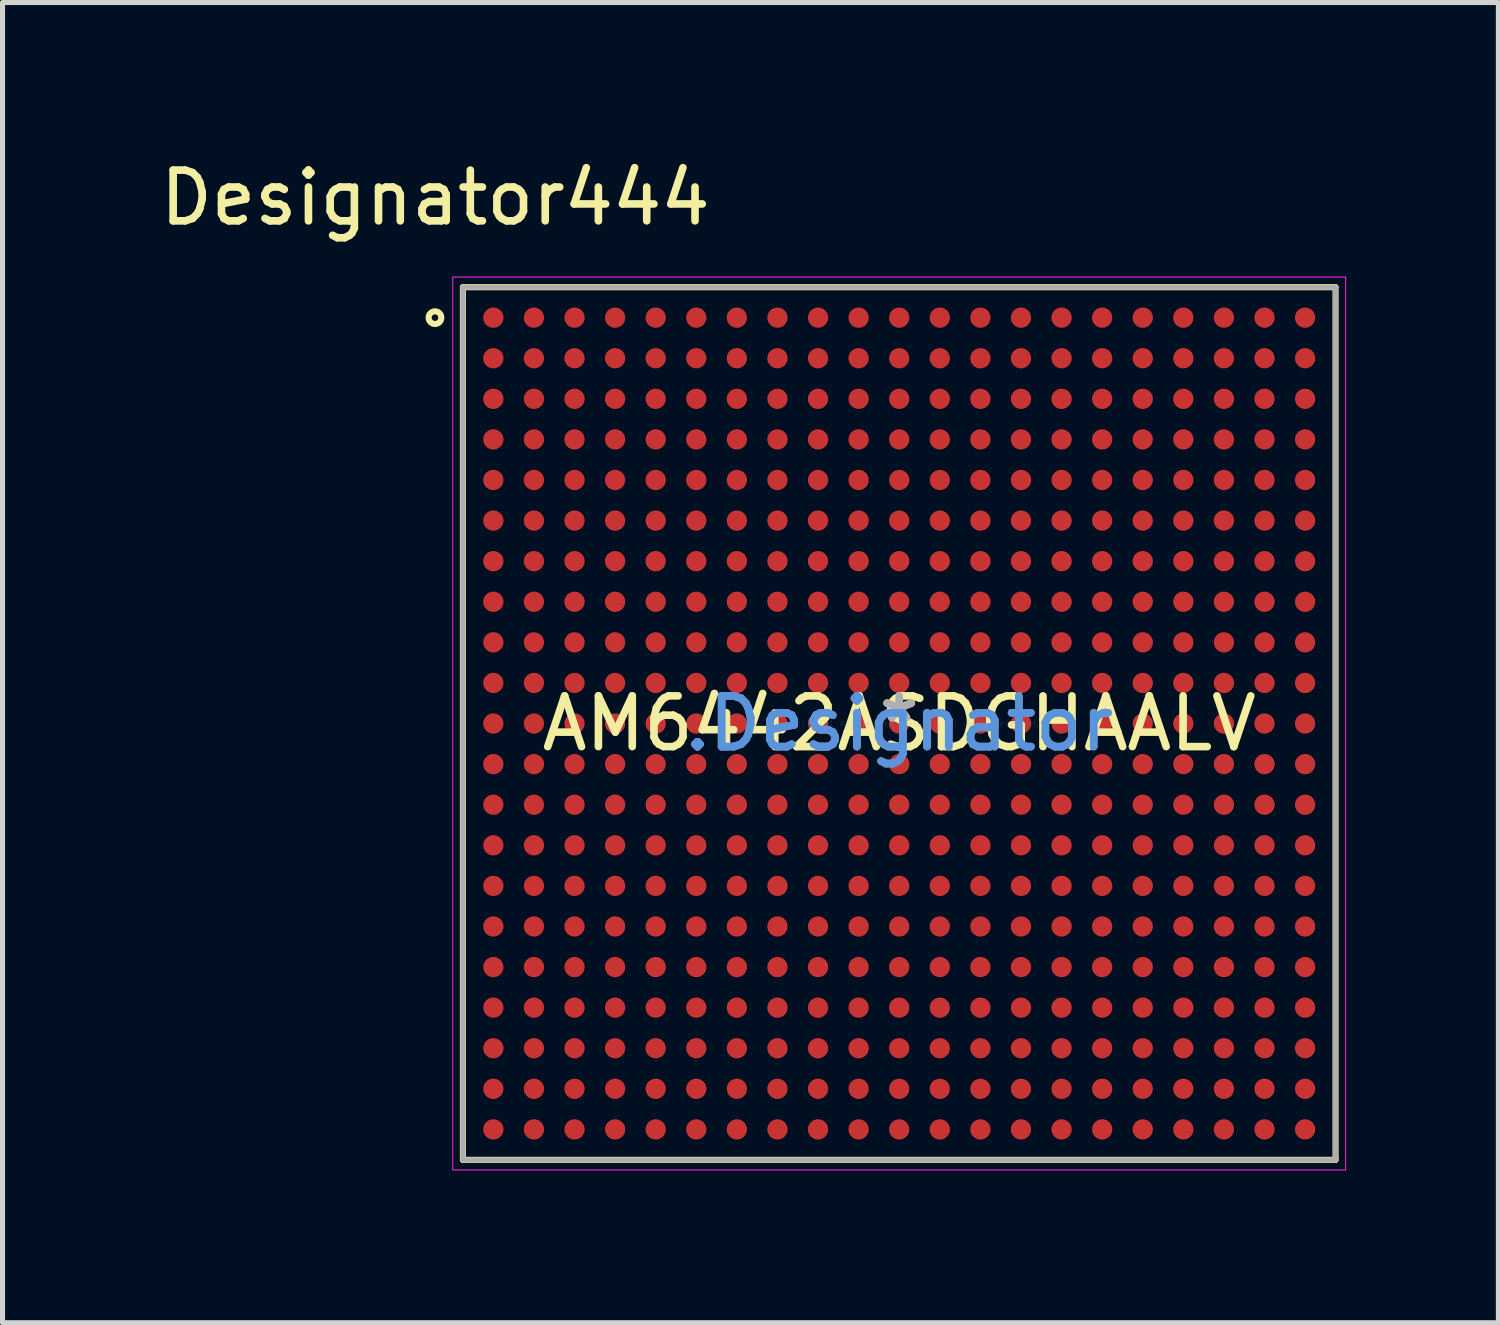
<source format=kicad_pcb>
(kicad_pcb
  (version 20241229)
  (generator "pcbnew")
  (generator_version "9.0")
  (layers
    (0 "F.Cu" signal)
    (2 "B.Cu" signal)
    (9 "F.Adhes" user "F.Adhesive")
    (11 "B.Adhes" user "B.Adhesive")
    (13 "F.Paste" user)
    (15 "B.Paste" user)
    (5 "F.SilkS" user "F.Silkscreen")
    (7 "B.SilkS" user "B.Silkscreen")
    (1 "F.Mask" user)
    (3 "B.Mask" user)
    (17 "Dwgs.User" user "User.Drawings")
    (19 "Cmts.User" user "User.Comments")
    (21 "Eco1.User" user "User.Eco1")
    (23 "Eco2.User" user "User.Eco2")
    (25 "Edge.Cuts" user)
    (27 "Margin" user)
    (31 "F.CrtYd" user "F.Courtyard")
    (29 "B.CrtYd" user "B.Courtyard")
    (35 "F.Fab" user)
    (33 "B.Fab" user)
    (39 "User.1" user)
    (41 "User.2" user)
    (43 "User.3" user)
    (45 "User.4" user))
  (footprint "AM6442ASDGHAALV"
    (layer "F.Cu")
    (at 14.674 11.211)
    (property "Reference" "AM6442ASDGHAALV" (at 0 0 0) (layer "F.SilkS") (effects (font (size 1 1) (thickness 0.15))))
    (attr smd)
    (fp_line (start -8.6 -8.6) (end 8.6 -8.6) (stroke (width 0.12) (type solid)) (layer "F.SilkS"))
    (fp_line (start -8.6 8.6) (end -8.6 -8.6) (stroke (width 0.12) (type solid)) (layer "F.SilkS"))
    (fp_line (start -8.6 8.6) (end 8.6 8.6) (stroke (width 0.12) (type solid)) (layer "F.SilkS"))
    (fp_line (start 8.6 8.6) (end 8.6 -8.6) (stroke (width 0.12) (type solid)) (layer "F.SilkS"))
    (fp_circle (center -9.15 -8) (end -9.025 -8) (stroke (width 0.12) (type solid)) (fill no) (layer "F.SilkS"))
    (fp_rect (start -8.8 -8.8) (end 8.8 8.8) (stroke (width 0.02) (type default)) (fill no) (layer "F.CrtYd"))
    (fp_line (start -8.6 -8.6) (end 8.6 -8.6) (stroke (width 0.1) (type solid)) (layer "F.Fab"))
    (fp_line (start -8.6 8.6) (end -8.6 -8.6) (stroke (width 0.1) (type solid)) (layer "F.Fab"))
    (fp_line (start -8.6 8.6) (end 8.6 8.6) (stroke (width 0.1) (type solid)) (layer "F.Fab"))
    (fp_line (start 8.6 8.6) (end 8.6 -8.6) (stroke (width 0.1) (type solid)) (layer "F.Fab"))
    (fp_text user "Designator444" (at -9.144 -10.363 0) (layer "F.SilkS") (effects (font (size 1 1) (thickness 0.15))))
    (fp_text user "*" (at 0 0 0) (layer "F.SilkS") (effects (font (size 1 1) (thickness 0.15))))
    (fp_text user ".Designator" (at 0 0 0) (layer "Cmts.User") (effects (font (size 1 1) (thickness 0.15))))
    (fp_text user "Copyright 2021 Accelerated Designs. All rights reserved." (at 0 0 0) (layer "Cmts.User") (effects (font (size 0.127 0.127) (thickness 0.002))))
    (fp_text user "*" (at 0 0 0) (layer "F.Fab") (effects (font (size 1 1) (thickness 0.15))))
    (fp_text user ".Designator" (at 0 0 0) (layer "F.Fab") (effects (font (size 1 1) (thickness 0.15))))
    (pad "A1" smd circle (at -8 -8) (size 0.4 0.4) (layers "F.Cu" "F.Mask" "F.Paste"))
    (pad "A2" smd circle (at -7.2 -8) (size 0.4 0.4) (layers "F.Cu" "F.Mask" "F.Paste"))
    (pad "A3" smd circle (at -6.4 -8) (size 0.4 0.4) (layers "F.Cu" "F.Mask" "F.Paste"))
    (pad "A4" smd circle (at -5.6 -8) (size 0.4 0.4) (layers "F.Cu" "F.Mask" "F.Paste"))
    (pad "A5" smd circle (at -4.8 -8) (size 0.4 0.4) (layers "F.Cu" "F.Mask" "F.Paste"))
    (pad "A6" smd circle (at -4 -8) (size 0.4 0.4) (layers "F.Cu" "F.Mask" "F.Paste"))
    (pad "A7" smd circle (at -3.2 -8) (size 0.4 0.4) (layers "F.Cu" "F.Mask" "F.Paste"))
    (pad "A8" smd circle (at -2.4 -8) (size 0.4 0.4) (layers "F.Cu" "F.Mask" "F.Paste"))
    (pad "A9" smd circle (at -1.6 -8) (size 0.4 0.4) (layers "F.Cu" "F.Mask" "F.Paste"))
    (pad "A10" smd circle (at -0.8 -8) (size 0.4 0.4) (layers "F.Cu" "F.Mask" "F.Paste"))
    (pad "A11" smd circle (at 0 -8) (size 0.4 0.4) (layers "F.Cu" "F.Mask" "F.Paste"))
    (pad "A12" smd circle (at 0.8 -8) (size 0.4 0.4) (layers "F.Cu" "F.Mask" "F.Paste"))
    (pad "A13" smd circle (at 1.6 -8) (size 0.4 0.4) (layers "F.Cu" "F.Mask" "F.Paste"))
    (pad "A14" smd circle (at 2.4 -8) (size 0.4 0.4) (layers "F.Cu" "F.Mask" "F.Paste"))
    (pad "A15" smd circle (at 3.2 -8) (size 0.4 0.4) (layers "F.Cu" "F.Mask" "F.Paste"))
    (pad "A16" smd circle (at 4 -8) (size 0.4 0.4) (layers "F.Cu" "F.Mask" "F.Paste"))
    (pad "A17" smd circle (at 4.8 -8) (size 0.4 0.4) (layers "F.Cu" "F.Mask" "F.Paste"))
    (pad "A18" smd circle (at 5.6 -8) (size 0.4 0.4) (layers "F.Cu" "F.Mask" "F.Paste"))
    (pad "A19" smd circle (at 6.4 -8) (size 0.4 0.4) (layers "F.Cu" "F.Mask" "F.Paste"))
    (pad "A20" smd circle (at 7.2 -8) (size 0.4 0.4) (layers "F.Cu" "F.Mask" "F.Paste"))
    (pad "A21" smd circle (at 8 -8) (size 0.4 0.4) (layers "F.Cu" "F.Mask" "F.Paste"))
    (pad "AA1" smd circle (at -8 8) (size 0.4 0.4) (layers "F.Cu" "F.Mask" "F.Paste"))
    (pad "AA2" smd circle (at -7.2 8) (size 0.4 0.4) (layers "F.Cu" "F.Mask" "F.Paste"))
    (pad "AA3" smd circle (at -6.4 8) (size 0.4 0.4) (layers "F.Cu" "F.Mask" "F.Paste"))
    (pad "AA4" smd circle (at -5.6 8) (size 0.4 0.4) (layers "F.Cu" "F.Mask" "F.Paste"))
    (pad "AA5" smd circle (at -4.8 8) (size 0.4 0.4) (layers "F.Cu" "F.Mask" "F.Paste"))
    (pad "AA6" smd circle (at -4 8) (size 0.4 0.4) (layers "F.Cu" "F.Mask" "F.Paste"))
    (pad "AA7" smd circle (at -3.2 8) (size 0.4 0.4) (layers "F.Cu" "F.Mask" "F.Paste"))
    (pad "AA8" smd circle (at -2.4 8) (size 0.4 0.4) (layers "F.Cu" "F.Mask" "F.Paste"))
    (pad "AA9" smd circle (at -1.6 8) (size 0.4 0.4) (layers "F.Cu" "F.Mask" "F.Paste"))
    (pad "AA10" smd circle (at -0.8 8) (size 0.4 0.4) (layers "F.Cu" "F.Mask" "F.Paste"))
    (pad "AA11" smd circle (at 0 8) (size 0.4 0.4) (layers "F.Cu" "F.Mask" "F.Paste"))
    (pad "AA12" smd circle (at 0.8 8) (size 0.4 0.4) (layers "F.Cu" "F.Mask" "F.Paste"))
    (pad "AA13" smd circle (at 1.6 8) (size 0.4 0.4) (layers "F.Cu" "F.Mask" "F.Paste"))
    (pad "AA14" smd circle (at 2.4 8) (size 0.4 0.4) (layers "F.Cu" "F.Mask" "F.Paste"))
    (pad "AA15" smd circle (at 3.2 8) (size 0.4 0.4) (layers "F.Cu" "F.Mask" "F.Paste"))
    (pad "AA16" smd circle (at 4 8) (size 0.4 0.4) (layers "F.Cu" "F.Mask" "F.Paste"))
    (pad "AA17" smd circle (at 4.8 8) (size 0.4 0.4) (layers "F.Cu" "F.Mask" "F.Paste"))
    (pad "AA18" smd circle (at 5.6 8) (size 0.4 0.4) (layers "F.Cu" "F.Mask" "F.Paste"))
    (pad "AA19" smd circle (at 6.4 8) (size 0.4 0.4) (layers "F.Cu" "F.Mask" "F.Paste"))
    (pad "AA20" smd circle (at 7.2 8) (size 0.4 0.4) (layers "F.Cu" "F.Mask" "F.Paste"))
    (pad "AA21" smd circle (at 8 8) (size 0.4 0.4) (layers "F.Cu" "F.Mask" "F.Paste"))
    (pad "B1" smd circle (at -8 -7.2) (size 0.4 0.4) (layers "F.Cu" "F.Mask" "F.Paste"))
    (pad "B2" smd circle (at -7.2 -7.2) (size 0.4 0.4) (layers "F.Cu" "F.Mask" "F.Paste"))
    (pad "B3" smd circle (at -6.4 -7.2) (size 0.4 0.4) (layers "F.Cu" "F.Mask" "F.Paste"))
    (pad "B4" smd circle (at -5.6 -7.2) (size 0.4 0.4) (layers "F.Cu" "F.Mask" "F.Paste"))
    (pad "B5" smd circle (at -4.8 -7.2) (size 0.4 0.4) (layers "F.Cu" "F.Mask" "F.Paste"))
    (pad "B6" smd circle (at -4 -7.2) (size 0.4 0.4) (layers "F.Cu" "F.Mask" "F.Paste"))
    (pad "B7" smd circle (at -3.2 -7.2) (size 0.4 0.4) (layers "F.Cu" "F.Mask" "F.Paste"))
    (pad "B8" smd circle (at -2.4 -7.2) (size 0.4 0.4) (layers "F.Cu" "F.Mask" "F.Paste"))
    (pad "B9" smd circle (at -1.6 -7.2) (size 0.4 0.4) (layers "F.Cu" "F.Mask" "F.Paste"))
    (pad "B10" smd circle (at -0.8 -7.2) (size 0.4 0.4) (layers "F.Cu" "F.Mask" "F.Paste"))
    (pad "B11" smd circle (at 0 -7.2) (size 0.4 0.4) (layers "F.Cu" "F.Mask" "F.Paste"))
    (pad "B12" smd circle (at 0.8 -7.2) (size 0.4 0.4) (layers "F.Cu" "F.Mask" "F.Paste"))
    (pad "B13" smd circle (at 1.6 -7.2) (size 0.4 0.4) (layers "F.Cu" "F.Mask" "F.Paste"))
    (pad "B14" smd circle (at 2.4 -7.2) (size 0.4 0.4) (layers "F.Cu" "F.Mask" "F.Paste"))
    (pad "B15" smd circle (at 3.2 -7.2) (size 0.4 0.4) (layers "F.Cu" "F.Mask" "F.Paste"))
    (pad "B16" smd circle (at 4 -7.2) (size 0.4 0.4) (layers "F.Cu" "F.Mask" "F.Paste"))
    (pad "B17" smd circle (at 4.8 -7.2) (size 0.4 0.4) (layers "F.Cu" "F.Mask" "F.Paste"))
    (pad "B18" smd circle (at 5.6 -7.2) (size 0.4 0.4) (layers "F.Cu" "F.Mask" "F.Paste"))
    (pad "B19" smd circle (at 6.4 -7.2) (size 0.4 0.4) (layers "F.Cu" "F.Mask" "F.Paste"))
    (pad "B20" smd circle (at 7.2 -7.2) (size 0.4 0.4) (layers "F.Cu" "F.Mask" "F.Paste"))
    (pad "B21" smd circle (at 8 -7.2) (size 0.4 0.4) (layers "F.Cu" "F.Mask" "F.Paste"))
    (pad "C1" smd circle (at -8 -6.4) (size 0.4 0.4) (layers "F.Cu" "F.Mask" "F.Paste"))
    (pad "C2" smd circle (at -7.2 -6.4) (size 0.4 0.4) (layers "F.Cu" "F.Mask" "F.Paste"))
    (pad "C3" smd circle (at -6.4 -6.4) (size 0.4 0.4) (layers "F.Cu" "F.Mask" "F.Paste"))
    (pad "C4" smd circle (at -5.6 -6.4) (size 0.4 0.4) (layers "F.Cu" "F.Mask" "F.Paste"))
    (pad "C5" smd circle (at -4.8 -6.4) (size 0.4 0.4) (layers "F.Cu" "F.Mask" "F.Paste"))
    (pad "C6" smd circle (at -4 -6.4) (size 0.4 0.4) (layers "F.Cu" "F.Mask" "F.Paste"))
    (pad "C7" smd circle (at -3.2 -6.4) (size 0.4 0.4) (layers "F.Cu" "F.Mask" "F.Paste"))
    (pad "C8" smd circle (at -2.4 -6.4) (size 0.4 0.4) (layers "F.Cu" "F.Mask" "F.Paste"))
    (pad "C9" smd circle (at -1.6 -6.4) (size 0.4 0.4) (layers "F.Cu" "F.Mask" "F.Paste"))
    (pad "C10" smd circle (at -0.8 -6.4) (size 0.4 0.4) (layers "F.Cu" "F.Mask" "F.Paste"))
    (pad "C11" smd circle (at 0 -6.4) (size 0.4 0.4) (layers "F.Cu" "F.Mask" "F.Paste"))
    (pad "C12" smd circle (at 0.8 -6.4) (size 0.4 0.4) (layers "F.Cu" "F.Mask" "F.Paste"))
    (pad "C13" smd circle (at 1.6 -6.4) (size 0.4 0.4) (layers "F.Cu" "F.Mask" "F.Paste"))
    (pad "C14" smd circle (at 2.4 -6.4) (size 0.4 0.4) (layers "F.Cu" "F.Mask" "F.Paste"))
    (pad "C15" smd circle (at 3.2 -6.4) (size 0.4 0.4) (layers "F.Cu" "F.Mask" "F.Paste"))
    (pad "C16" smd circle (at 4 -6.4) (size 0.4 0.4) (layers "F.Cu" "F.Mask" "F.Paste"))
    (pad "C17" smd circle (at 4.8 -6.4) (size 0.4 0.4) (layers "F.Cu" "F.Mask" "F.Paste"))
    (pad "C18" smd circle (at 5.6 -6.4) (size 0.4 0.4) (layers "F.Cu" "F.Mask" "F.Paste"))
    (pad "C19" smd circle (at 6.4 -6.4) (size 0.4 0.4) (layers "F.Cu" "F.Mask" "F.Paste"))
    (pad "C20" smd circle (at 7.2 -6.4) (size 0.4 0.4) (layers "F.Cu" "F.Mask" "F.Paste"))
    (pad "C21" smd circle (at 8 -6.4) (size 0.4 0.4) (layers "F.Cu" "F.Mask" "F.Paste"))
    (pad "D1" smd circle (at -8 -5.6) (size 0.4 0.4) (layers "F.Cu" "F.Mask" "F.Paste"))
    (pad "D2" smd circle (at -7.2 -5.6) (size 0.4 0.4) (layers "F.Cu" "F.Mask" "F.Paste"))
    (pad "D3" smd circle (at -6.4 -5.6) (size 0.4 0.4) (layers "F.Cu" "F.Mask" "F.Paste"))
    (pad "D4" smd circle (at -5.6 -5.6) (size 0.4 0.4) (layers "F.Cu" "F.Mask" "F.Paste"))
    (pad "D5" smd circle (at -4.8 -5.6) (size 0.4 0.4) (layers "F.Cu" "F.Mask" "F.Paste"))
    (pad "D6" smd circle (at -4 -5.6) (size 0.4 0.4) (layers "F.Cu" "F.Mask" "F.Paste"))
    (pad "D7" smd circle (at -3.2 -5.6) (size 0.4 0.4) (layers "F.Cu" "F.Mask" "F.Paste"))
    (pad "D8" smd circle (at -2.4 -5.6) (size 0.4 0.4) (layers "F.Cu" "F.Mask" "F.Paste"))
    (pad "D9" smd circle (at -1.6 -5.6) (size 0.4 0.4) (layers "F.Cu" "F.Mask" "F.Paste"))
    (pad "D10" smd circle (at -0.8 -5.6) (size 0.4 0.4) (layers "F.Cu" "F.Mask" "F.Paste"))
    (pad "D11" smd circle (at 0 -5.6) (size 0.4 0.4) (layers "F.Cu" "F.Mask" "F.Paste"))
    (pad "D12" smd circle (at 0.8 -5.6) (size 0.4 0.4) (layers "F.Cu" "F.Mask" "F.Paste"))
    (pad "D13" smd circle (at 1.6 -5.6) (size 0.4 0.4) (layers "F.Cu" "F.Mask" "F.Paste"))
    (pad "D14" smd circle (at 2.4 -5.6) (size 0.4 0.4) (layers "F.Cu" "F.Mask" "F.Paste"))
    (pad "D15" smd circle (at 3.2 -5.6) (size 0.4 0.4) (layers "F.Cu" "F.Mask" "F.Paste"))
    (pad "D16" smd circle (at 4 -5.6) (size 0.4 0.4) (layers "F.Cu" "F.Mask" "F.Paste"))
    (pad "D17" smd circle (at 4.8 -5.6) (size 0.4 0.4) (layers "F.Cu" "F.Mask" "F.Paste"))
    (pad "D18" smd circle (at 5.6 -5.6) (size 0.4 0.4) (layers "F.Cu" "F.Mask" "F.Paste"))
    (pad "D19" smd circle (at 6.4 -5.6) (size 0.4 0.4) (layers "F.Cu" "F.Mask" "F.Paste"))
    (pad "D20" smd circle (at 7.2 -5.6) (size 0.4 0.4) (layers "F.Cu" "F.Mask" "F.Paste"))
    (pad "D21" smd circle (at 8 -5.6) (size 0.4 0.4) (layers "F.Cu" "F.Mask" "F.Paste"))
    (pad "E1" smd circle (at -8 -4.8) (size 0.4 0.4) (layers "F.Cu" "F.Mask" "F.Paste"))
    (pad "E2" smd circle (at -7.2 -4.8) (size 0.4 0.4) (layers "F.Cu" "F.Mask" "F.Paste"))
    (pad "E3" smd circle (at -6.4 -4.8) (size 0.4 0.4) (layers "F.Cu" "F.Mask" "F.Paste"))
    (pad "E4" smd circle (at -5.6 -4.8) (size 0.4 0.4) (layers "F.Cu" "F.Mask" "F.Paste"))
    (pad "E5" smd circle (at -4.8 -4.8) (size 0.4 0.4) (layers "F.Cu" "F.Mask" "F.Paste"))
    (pad "E6" smd circle (at -4 -4.8) (size 0.4 0.4) (layers "F.Cu" "F.Mask" "F.Paste"))
    (pad "E7" smd circle (at -3.2 -4.8) (size 0.4 0.4) (layers "F.Cu" "F.Mask" "F.Paste"))
    (pad "E8" smd circle (at -2.4 -4.8) (size 0.4 0.4) (layers "F.Cu" "F.Mask" "F.Paste"))
    (pad "E9" smd circle (at -1.6 -4.8) (size 0.4 0.4) (layers "F.Cu" "F.Mask" "F.Paste"))
    (pad "E10" smd circle (at -0.8 -4.8) (size 0.4 0.4) (layers "F.Cu" "F.Mask" "F.Paste"))
    (pad "E11" smd circle (at 0 -4.8) (size 0.4 0.4) (layers "F.Cu" "F.Mask" "F.Paste"))
    (pad "E12" smd circle (at 0.8 -4.8) (size 0.4 0.4) (layers "F.Cu" "F.Mask" "F.Paste"))
    (pad "E13" smd circle (at 1.6 -4.8) (size 0.4 0.4) (layers "F.Cu" "F.Mask" "F.Paste"))
    (pad "E14" smd circle (at 2.4 -4.8) (size 0.4 0.4) (layers "F.Cu" "F.Mask" "F.Paste"))
    (pad "E15" smd circle (at 3.2 -4.8) (size 0.4 0.4) (layers "F.Cu" "F.Mask" "F.Paste"))
    (pad "E16" smd circle (at 4 -4.8) (size 0.4 0.4) (layers "F.Cu" "F.Mask" "F.Paste"))
    (pad "E17" smd circle (at 4.8 -4.8) (size 0.4 0.4) (layers "F.Cu" "F.Mask" "F.Paste"))
    (pad "E18" smd circle (at 5.6 -4.8) (size 0.4 0.4) (layers "F.Cu" "F.Mask" "F.Paste"))
    (pad "E19" smd circle (at 6.4 -4.8) (size 0.4 0.4) (layers "F.Cu" "F.Mask" "F.Paste"))
    (pad "E20" smd circle (at 7.2 -4.8) (size 0.4 0.4) (layers "F.Cu" "F.Mask" "F.Paste"))
    (pad "E21" smd circle (at 8 -4.8) (size 0.4 0.4) (layers "F.Cu" "F.Mask" "F.Paste"))
    (pad "F1" smd circle (at -8 -4) (size 0.4 0.4) (layers "F.Cu" "F.Mask" "F.Paste"))
    (pad "F2" smd circle (at -7.2 -4) (size 0.4 0.4) (layers "F.Cu" "F.Mask" "F.Paste"))
    (pad "F3" smd circle (at -6.4 -4) (size 0.4 0.4) (layers "F.Cu" "F.Mask" "F.Paste"))
    (pad "F4" smd circle (at -5.6 -4) (size 0.4 0.4) (layers "F.Cu" "F.Mask" "F.Paste"))
    (pad "F5" smd circle (at -4.8 -4) (size 0.4 0.4) (layers "F.Cu" "F.Mask" "F.Paste"))
    (pad "F6" smd circle (at -4 -4) (size 0.4 0.4) (layers "F.Cu" "F.Mask" "F.Paste"))
    (pad "F7" smd circle (at -3.2 -4) (size 0.4 0.4) (layers "F.Cu" "F.Mask" "F.Paste"))
    (pad "F8" smd circle (at -2.4 -4) (size 0.4 0.4) (layers "F.Cu" "F.Mask" "F.Paste"))
    (pad "F9" smd circle (at -1.6 -4) (size 0.4 0.4) (layers "F.Cu" "F.Mask" "F.Paste"))
    (pad "F10" smd circle (at -0.8 -4) (size 0.4 0.4) (layers "F.Cu" "F.Mask" "F.Paste"))
    (pad "F11" smd circle (at 0 -4) (size 0.4 0.4) (layers "F.Cu" "F.Mask" "F.Paste"))
    (pad "F12" smd circle (at 0.8 -4) (size 0.4 0.4) (layers "F.Cu" "F.Mask" "F.Paste"))
    (pad "F13" smd circle (at 1.6 -4) (size 0.4 0.4) (layers "F.Cu" "F.Mask" "F.Paste"))
    (pad "F14" smd circle (at 2.4 -4) (size 0.4 0.4) (layers "F.Cu" "F.Mask" "F.Paste"))
    (pad "F15" smd circle (at 3.2 -4) (size 0.4 0.4) (layers "F.Cu" "F.Mask" "F.Paste"))
    (pad "F16" smd circle (at 4 -4) (size 0.4 0.4) (layers "F.Cu" "F.Mask" "F.Paste"))
    (pad "F17" smd circle (at 4.8 -4) (size 0.4 0.4) (layers "F.Cu" "F.Mask" "F.Paste"))
    (pad "F18" smd circle (at 5.6 -4) (size 0.4 0.4) (layers "F.Cu" "F.Mask" "F.Paste"))
    (pad "F19" smd circle (at 6.4 -4) (size 0.4 0.4) (layers "F.Cu" "F.Mask" "F.Paste"))
    (pad "F20" smd circle (at 7.2 -4) (size 0.4 0.4) (layers "F.Cu" "F.Mask" "F.Paste"))
    (pad "F21" smd circle (at 8 -4) (size 0.4 0.4) (layers "F.Cu" "F.Mask" "F.Paste"))
    (pad "G1" smd circle (at -8 -3.2) (size 0.4 0.4) (layers "F.Cu" "F.Mask" "F.Paste"))
    (pad "G2" smd circle (at -7.2 -3.2) (size 0.4 0.4) (layers "F.Cu" "F.Mask" "F.Paste"))
    (pad "G3" smd circle (at -6.4 -3.2) (size 0.4 0.4) (layers "F.Cu" "F.Mask" "F.Paste"))
    (pad "G4" smd circle (at -5.6 -3.2) (size 0.4 0.4) (layers "F.Cu" "F.Mask" "F.Paste"))
    (pad "G5" smd circle (at -4.8 -3.2) (size 0.4 0.4) (layers "F.Cu" "F.Mask" "F.Paste"))
    (pad "G6" smd circle (at -4 -3.2) (size 0.4 0.4) (layers "F.Cu" "F.Mask" "F.Paste"))
    (pad "G7" smd circle (at -3.2 -3.2) (size 0.4 0.4) (layers "F.Cu" "F.Mask" "F.Paste"))
    (pad "G8" smd circle (at -2.4 -3.2) (size 0.4 0.4) (layers "F.Cu" "F.Mask" "F.Paste"))
    (pad "G9" smd circle (at -1.6 -3.2) (size 0.4 0.4) (layers "F.Cu" "F.Mask" "F.Paste"))
    (pad "G10" smd circle (at -0.8 -3.2) (size 0.4 0.4) (layers "F.Cu" "F.Mask" "F.Paste"))
    (pad "G11" smd circle (at 0 -3.2) (size 0.4 0.4) (layers "F.Cu" "F.Mask" "F.Paste"))
    (pad "G12" smd circle (at 0.8 -3.2) (size 0.4 0.4) (layers "F.Cu" "F.Mask" "F.Paste"))
    (pad "G13" smd circle (at 1.6 -3.2) (size 0.4 0.4) (layers "F.Cu" "F.Mask" "F.Paste"))
    (pad "G14" smd circle (at 2.4 -3.2) (size 0.4 0.4) (layers "F.Cu" "F.Mask" "F.Paste"))
    (pad "G15" smd circle (at 3.2 -3.2) (size 0.4 0.4) (layers "F.Cu" "F.Mask" "F.Paste"))
    (pad "G16" smd circle (at 4 -3.2) (size 0.4 0.4) (layers "F.Cu" "F.Mask" "F.Paste"))
    (pad "G17" smd circle (at 4.8 -3.2) (size 0.4 0.4) (layers "F.Cu" "F.Mask" "F.Paste"))
    (pad "G18" smd circle (at 5.6 -3.2) (size 0.4 0.4) (layers "F.Cu" "F.Mask" "F.Paste"))
    (pad "G19" smd circle (at 6.4 -3.2) (size 0.4 0.4) (layers "F.Cu" "F.Mask" "F.Paste"))
    (pad "G20" smd circle (at 7.2 -3.2) (size 0.4 0.4) (layers "F.Cu" "F.Mask" "F.Paste"))
    (pad "G21" smd circle (at 8 -3.2) (size 0.4 0.4) (layers "F.Cu" "F.Mask" "F.Paste"))
    (pad "H1" smd circle (at -8 -2.4) (size 0.4 0.4) (layers "F.Cu" "F.Mask" "F.Paste"))
    (pad "H2" smd circle (at -7.2 -2.4) (size 0.4 0.4) (layers "F.Cu" "F.Mask" "F.Paste"))
    (pad "H3" smd circle (at -6.4 -2.4) (size 0.4 0.4) (layers "F.Cu" "F.Mask" "F.Paste"))
    (pad "H4" smd circle (at -5.6 -2.4) (size 0.4 0.4) (layers "F.Cu" "F.Mask" "F.Paste"))
    (pad "H5" smd circle (at -4.8 -2.4) (size 0.4 0.4) (layers "F.Cu" "F.Mask" "F.Paste"))
    (pad "H6" smd circle (at -4 -2.4) (size 0.4 0.4) (layers "F.Cu" "F.Mask" "F.Paste"))
    (pad "H7" smd circle (at -3.2 -2.4) (size 0.4 0.4) (layers "F.Cu" "F.Mask" "F.Paste"))
    (pad "H8" smd circle (at -2.4 -2.4) (size 0.4 0.4) (layers "F.Cu" "F.Mask" "F.Paste"))
    (pad "H9" smd circle (at -1.6 -2.4) (size 0.4 0.4) (layers "F.Cu" "F.Mask" "F.Paste"))
    (pad "H10" smd circle (at -0.8 -2.4) (size 0.4 0.4) (layers "F.Cu" "F.Mask" "F.Paste"))
    (pad "H11" smd circle (at 0 -2.4) (size 0.4 0.4) (layers "F.Cu" "F.Mask" "F.Paste"))
    (pad "H12" smd circle (at 0.8 -2.4) (size 0.4 0.4) (layers "F.Cu" "F.Mask" "F.Paste"))
    (pad "H13" smd circle (at 1.6 -2.4) (size 0.4 0.4) (layers "F.Cu" "F.Mask" "F.Paste"))
    (pad "H14" smd circle (at 2.4 -2.4) (size 0.4 0.4) (layers "F.Cu" "F.Mask" "F.Paste"))
    (pad "H15" smd circle (at 3.2 -2.4) (size 0.4 0.4) (layers "F.Cu" "F.Mask" "F.Paste"))
    (pad "H16" smd circle (at 4 -2.4) (size 0.4 0.4) (layers "F.Cu" "F.Mask" "F.Paste"))
    (pad "H17" smd circle (at 4.8 -2.4) (size 0.4 0.4) (layers "F.Cu" "F.Mask" "F.Paste"))
    (pad "H18" smd circle (at 5.6 -2.4) (size 0.4 0.4) (layers "F.Cu" "F.Mask" "F.Paste"))
    (pad "H19" smd circle (at 6.4 -2.4) (size 0.4 0.4) (layers "F.Cu" "F.Mask" "F.Paste"))
    (pad "H20" smd circle (at 7.2 -2.4) (size 0.4 0.4) (layers "F.Cu" "F.Mask" "F.Paste"))
    (pad "H21" smd circle (at 8 -2.4) (size 0.4 0.4) (layers "F.Cu" "F.Mask" "F.Paste"))
    (pad "J1" smd circle (at -8 -1.6) (size 0.4 0.4) (layers "F.Cu" "F.Mask" "F.Paste"))
    (pad "J2" smd circle (at -7.2 -1.6) (size 0.4 0.4) (layers "F.Cu" "F.Mask" "F.Paste"))
    (pad "J3" smd circle (at -6.4 -1.6) (size 0.4 0.4) (layers "F.Cu" "F.Mask" "F.Paste"))
    (pad "J4" smd circle (at -5.6 -1.6) (size 0.4 0.4) (layers "F.Cu" "F.Mask" "F.Paste"))
    (pad "J5" smd circle (at -4.8 -1.6) (size 0.4 0.4) (layers "F.Cu" "F.Mask" "F.Paste"))
    (pad "J6" smd circle (at -4 -1.6) (size 0.4 0.4) (layers "F.Cu" "F.Mask" "F.Paste"))
    (pad "J7" smd circle (at -3.2 -1.6) (size 0.4 0.4) (layers "F.Cu" "F.Mask" "F.Paste"))
    (pad "J8" smd circle (at -2.4 -1.6) (size 0.4 0.4) (layers "F.Cu" "F.Mask" "F.Paste"))
    (pad "J9" smd circle (at -1.6 -1.6) (size 0.4 0.4) (layers "F.Cu" "F.Mask" "F.Paste"))
    (pad "J10" smd circle (at -0.8 -1.6) (size 0.4 0.4) (layers "F.Cu" "F.Mask" "F.Paste"))
    (pad "J11" smd circle (at 0 -1.6) (size 0.4 0.4) (layers "F.Cu" "F.Mask" "F.Paste"))
    (pad "J12" smd circle (at 0.8 -1.6) (size 0.4 0.4) (layers "F.Cu" "F.Mask" "F.Paste"))
    (pad "J13" smd circle (at 1.6 -1.6) (size 0.4 0.4) (layers "F.Cu" "F.Mask" "F.Paste"))
    (pad "J14" smd circle (at 2.4 -1.6) (size 0.4 0.4) (layers "F.Cu" "F.Mask" "F.Paste"))
    (pad "J15" smd circle (at 3.2 -1.6) (size 0.4 0.4) (layers "F.Cu" "F.Mask" "F.Paste"))
    (pad "J16" smd circle (at 4 -1.6) (size 0.4 0.4) (layers "F.Cu" "F.Mask" "F.Paste"))
    (pad "J17" smd circle (at 4.8 -1.6) (size 0.4 0.4) (layers "F.Cu" "F.Mask" "F.Paste"))
    (pad "J18" smd circle (at 5.6 -1.6) (size 0.4 0.4) (layers "F.Cu" "F.Mask" "F.Paste"))
    (pad "J19" smd circle (at 6.4 -1.6) (size 0.4 0.4) (layers "F.Cu" "F.Mask" "F.Paste"))
    (pad "J20" smd circle (at 7.2 -1.6) (size 0.4 0.4) (layers "F.Cu" "F.Mask" "F.Paste"))
    (pad "J21" smd circle (at 8 -1.6) (size 0.4 0.4) (layers "F.Cu" "F.Mask" "F.Paste"))
    (pad "K1" smd circle (at -8 -0.8) (size 0.4 0.4) (layers "F.Cu" "F.Mask" "F.Paste"))
    (pad "K2" smd circle (at -7.2 -0.8) (size 0.4 0.4) (layers "F.Cu" "F.Mask" "F.Paste"))
    (pad "K3" smd circle (at -6.4 -0.8) (size 0.4 0.4) (layers "F.Cu" "F.Mask" "F.Paste"))
    (pad "K4" smd circle (at -5.6 -0.8) (size 0.4 0.4) (layers "F.Cu" "F.Mask" "F.Paste"))
    (pad "K5" smd circle (at -4.8 -0.8) (size 0.4 0.4) (layers "F.Cu" "F.Mask" "F.Paste"))
    (pad "K6" smd circle (at -4 -0.8) (size 0.4 0.4) (layers "F.Cu" "F.Mask" "F.Paste"))
    (pad "K7" smd circle (at -3.2 -0.8) (size 0.4 0.4) (layers "F.Cu" "F.Mask" "F.Paste"))
    (pad "K8" smd circle (at -2.4 -0.8) (size 0.4 0.4) (layers "F.Cu" "F.Mask" "F.Paste"))
    (pad "K9" smd circle (at -1.6 -0.8) (size 0.4 0.4) (layers "F.Cu" "F.Mask" "F.Paste"))
    (pad "K10" smd circle (at -0.8 -0.8) (size 0.4 0.4) (layers "F.Cu" "F.Mask" "F.Paste"))
    (pad "K11" smd circle (at 0 -0.8) (size 0.4 0.4) (layers "F.Cu" "F.Mask" "F.Paste"))
    (pad "K12" smd circle (at 0.8 -0.8) (size 0.4 0.4) (layers "F.Cu" "F.Mask" "F.Paste"))
    (pad "K13" smd circle (at 1.6 -0.8) (size 0.4 0.4) (layers "F.Cu" "F.Mask" "F.Paste"))
    (pad "K14" smd circle (at 2.4 -0.8) (size 0.4 0.4) (layers "F.Cu" "F.Mask" "F.Paste"))
    (pad "K15" smd circle (at 3.2 -0.8) (size 0.4 0.4) (layers "F.Cu" "F.Mask" "F.Paste"))
    (pad "K16" smd circle (at 4 -0.8) (size 0.4 0.4) (layers "F.Cu" "F.Mask" "F.Paste"))
    (pad "K17" smd circle (at 4.8 -0.8) (size 0.4 0.4) (layers "F.Cu" "F.Mask" "F.Paste"))
    (pad "K18" smd circle (at 5.6 -0.8) (size 0.4 0.4) (layers "F.Cu" "F.Mask" "F.Paste"))
    (pad "K19" smd circle (at 6.4 -0.8) (size 0.4 0.4) (layers "F.Cu" "F.Mask" "F.Paste"))
    (pad "K20" smd circle (at 7.2 -0.8) (size 0.4 0.4) (layers "F.Cu" "F.Mask" "F.Paste"))
    (pad "K21" smd circle (at 8 -0.8) (size 0.4 0.4) (layers "F.Cu" "F.Mask" "F.Paste"))
    (pad "L1" smd circle (at -8 0) (size 0.4 0.4) (layers "F.Cu" "F.Mask" "F.Paste"))
    (pad "L2" smd circle (at -7.2 0) (size 0.4 0.4) (layers "F.Cu" "F.Mask" "F.Paste"))
    (pad "L3" smd circle (at -6.4 0) (size 0.4 0.4) (layers "F.Cu" "F.Mask" "F.Paste"))
    (pad "L4" smd circle (at -5.6 0) (size 0.4 0.4) (layers "F.Cu" "F.Mask" "F.Paste"))
    (pad "L5" smd circle (at -4.8 0) (size 0.4 0.4) (layers "F.Cu" "F.Mask" "F.Paste"))
    (pad "L6" smd circle (at -4 0) (size 0.4 0.4) (layers "F.Cu" "F.Mask" "F.Paste"))
    (pad "L7" smd circle (at -3.2 0) (size 0.4 0.4) (layers "F.Cu" "F.Mask" "F.Paste"))
    (pad "L8" smd circle (at -2.4 0) (size 0.4 0.4) (layers "F.Cu" "F.Mask" "F.Paste"))
    (pad "L9" smd circle (at -1.6 0) (size 0.4 0.4) (layers "F.Cu" "F.Mask" "F.Paste"))
    (pad "L10" smd circle (at -0.8 0) (size 0.4 0.4) (layers "F.Cu" "F.Mask" "F.Paste"))
    (pad "L11" smd circle (at 0 0) (size 0.4 0.4) (layers "F.Cu" "F.Mask" "F.Paste"))
    (pad "L12" smd circle (at 0.8 0) (size 0.4 0.4) (layers "F.Cu" "F.Mask" "F.Paste"))
    (pad "L13" smd circle (at 1.6 0) (size 0.4 0.4) (layers "F.Cu" "F.Mask" "F.Paste"))
    (pad "L14" smd circle (at 2.4 0) (size 0.4 0.4) (layers "F.Cu" "F.Mask" "F.Paste"))
    (pad "L15" smd circle (at 3.2 0) (size 0.4 0.4) (layers "F.Cu" "F.Mask" "F.Paste"))
    (pad "L16" smd circle (at 4 0) (size 0.4 0.4) (layers "F.Cu" "F.Mask" "F.Paste"))
    (pad "L17" smd circle (at 4.8 0) (size 0.4 0.4) (layers "F.Cu" "F.Mask" "F.Paste"))
    (pad "L18" smd circle (at 5.6 0) (size 0.4 0.4) (layers "F.Cu" "F.Mask" "F.Paste"))
    (pad "L19" smd circle (at 6.4 0) (size 0.4 0.4) (layers "F.Cu" "F.Mask" "F.Paste"))
    (pad "L20" smd circle (at 7.2 0) (size 0.4 0.4) (layers "F.Cu" "F.Mask" "F.Paste"))
    (pad "L21" smd circle (at 8 0) (size 0.4 0.4) (layers "F.Cu" "F.Mask" "F.Paste"))
    (pad "M1" smd circle (at -8 0.8) (size 0.4 0.4) (layers "F.Cu" "F.Mask" "F.Paste"))
    (pad "M2" smd circle (at -7.2 0.8) (size 0.4 0.4) (layers "F.Cu" "F.Mask" "F.Paste"))
    (pad "M3" smd circle (at -6.4 0.8) (size 0.4 0.4) (layers "F.Cu" "F.Mask" "F.Paste"))
    (pad "M4" smd circle (at -5.6 0.8) (size 0.4 0.4) (layers "F.Cu" "F.Mask" "F.Paste"))
    (pad "M5" smd circle (at -4.8 0.8) (size 0.4 0.4) (layers "F.Cu" "F.Mask" "F.Paste"))
    (pad "M6" smd circle (at -4 0.8) (size 0.4 0.4) (layers "F.Cu" "F.Mask" "F.Paste"))
    (pad "M7" smd circle (at -3.2 0.8) (size 0.4 0.4) (layers "F.Cu" "F.Mask" "F.Paste"))
    (pad "M8" smd circle (at -2.4 0.8) (size 0.4 0.4) (layers "F.Cu" "F.Mask" "F.Paste"))
    (pad "M9" smd circle (at -1.6 0.8) (size 0.4 0.4) (layers "F.Cu" "F.Mask" "F.Paste"))
    (pad "M10" smd circle (at -0.8 0.8) (size 0.4 0.4) (layers "F.Cu" "F.Mask" "F.Paste"))
    (pad "M11" smd circle (at 0 0.8) (size 0.4 0.4) (layers "F.Cu" "F.Mask" "F.Paste"))
    (pad "M12" smd circle (at 0.8 0.8) (size 0.4 0.4) (layers "F.Cu" "F.Mask" "F.Paste"))
    (pad "M13" smd circle (at 1.6 0.8) (size 0.4 0.4) (layers "F.Cu" "F.Mask" "F.Paste"))
    (pad "M14" smd circle (at 2.4 0.8) (size 0.4 0.4) (layers "F.Cu" "F.Mask" "F.Paste"))
    (pad "M15" smd circle (at 3.2 0.8) (size 0.4 0.4) (layers "F.Cu" "F.Mask" "F.Paste"))
    (pad "M16" smd circle (at 4 0.8) (size 0.4 0.4) (layers "F.Cu" "F.Mask" "F.Paste"))
    (pad "M17" smd circle (at 4.8 0.8) (size 0.4 0.4) (layers "F.Cu" "F.Mask" "F.Paste"))
    (pad "M18" smd circle (at 5.6 0.8) (size 0.4 0.4) (layers "F.Cu" "F.Mask" "F.Paste"))
    (pad "M19" smd circle (at 6.4 0.8) (size 0.4 0.4) (layers "F.Cu" "F.Mask" "F.Paste"))
    (pad "M20" smd circle (at 7.2 0.8) (size 0.4 0.4) (layers "F.Cu" "F.Mask" "F.Paste"))
    (pad "M21" smd circle (at 8 0.8) (size 0.4 0.4) (layers "F.Cu" "F.Mask" "F.Paste"))
    (pad "N1" smd circle (at -8 1.6) (size 0.4 0.4) (layers "F.Cu" "F.Mask" "F.Paste"))
    (pad "N2" smd circle (at -7.2 1.6) (size 0.4 0.4) (layers "F.Cu" "F.Mask" "F.Paste"))
    (pad "N3" smd circle (at -6.4 1.6) (size 0.4 0.4) (layers "F.Cu" "F.Mask" "F.Paste"))
    (pad "N4" smd circle (at -5.6 1.6) (size 0.4 0.4) (layers "F.Cu" "F.Mask" "F.Paste"))
    (pad "N5" smd circle (at -4.8 1.6) (size 0.4 0.4) (layers "F.Cu" "F.Mask" "F.Paste"))
    (pad "N6" smd circle (at -4 1.6) (size 0.4 0.4) (layers "F.Cu" "F.Mask" "F.Paste"))
    (pad "N7" smd circle (at -3.2 1.6) (size 0.4 0.4) (layers "F.Cu" "F.Mask" "F.Paste"))
    (pad "N8" smd circle (at -2.4 1.6) (size 0.4 0.4) (layers "F.Cu" "F.Mask" "F.Paste"))
    (pad "N9" smd circle (at -1.6 1.6) (size 0.4 0.4) (layers "F.Cu" "F.Mask" "F.Paste"))
    (pad "N10" smd circle (at -0.8 1.6) (size 0.4 0.4) (layers "F.Cu" "F.Mask" "F.Paste"))
    (pad "N11" smd circle (at 0 1.6) (size 0.4 0.4) (layers "F.Cu" "F.Mask" "F.Paste"))
    (pad "N12" smd circle (at 0.8 1.6) (size 0.4 0.4) (layers "F.Cu" "F.Mask" "F.Paste"))
    (pad "N13" smd circle (at 1.6 1.6) (size 0.4 0.4) (layers "F.Cu" "F.Mask" "F.Paste"))
    (pad "N14" smd circle (at 2.4 1.6) (size 0.4 0.4) (layers "F.Cu" "F.Mask" "F.Paste"))
    (pad "N15" smd circle (at 3.2 1.6) (size 0.4 0.4) (layers "F.Cu" "F.Mask" "F.Paste"))
    (pad "N16" smd circle (at 4 1.6) (size 0.4 0.4) (layers "F.Cu" "F.Mask" "F.Paste"))
    (pad "N17" smd circle (at 4.8 1.6) (size 0.4 0.4) (layers "F.Cu" "F.Mask" "F.Paste"))
    (pad "N18" smd circle (at 5.6 1.6) (size 0.4 0.4) (layers "F.Cu" "F.Mask" "F.Paste"))
    (pad "N19" smd circle (at 6.4 1.6) (size 0.4 0.4) (layers "F.Cu" "F.Mask" "F.Paste"))
    (pad "N20" smd circle (at 7.2 1.6) (size 0.4 0.4) (layers "F.Cu" "F.Mask" "F.Paste"))
    (pad "N21" smd circle (at 8 1.6) (size 0.4 0.4) (layers "F.Cu" "F.Mask" "F.Paste"))
    (pad "P1" smd circle (at -8 2.4) (size 0.4 0.4) (layers "F.Cu" "F.Mask" "F.Paste"))
    (pad "P2" smd circle (at -7.2 2.4) (size 0.4 0.4) (layers "F.Cu" "F.Mask" "F.Paste"))
    (pad "P3" smd circle (at -6.4 2.4) (size 0.4 0.4) (layers "F.Cu" "F.Mask" "F.Paste"))
    (pad "P4" smd circle (at -5.6 2.4) (size 0.4 0.4) (layers "F.Cu" "F.Mask" "F.Paste"))
    (pad "P5" smd circle (at -4.8 2.4) (size 0.4 0.4) (layers "F.Cu" "F.Mask" "F.Paste"))
    (pad "P6" smd circle (at -4 2.4) (size 0.4 0.4) (layers "F.Cu" "F.Mask" "F.Paste"))
    (pad "P7" smd circle (at -3.2 2.4) (size 0.4 0.4) (layers "F.Cu" "F.Mask" "F.Paste"))
    (pad "P8" smd circle (at -2.4 2.4) (size 0.4 0.4) (layers "F.Cu" "F.Mask" "F.Paste"))
    (pad "P9" smd circle (at -1.6 2.4) (size 0.4 0.4) (layers "F.Cu" "F.Mask" "F.Paste"))
    (pad "P10" smd circle (at -0.8 2.4) (size 0.4 0.4) (layers "F.Cu" "F.Mask" "F.Paste"))
    (pad "P11" smd circle (at 0 2.4) (size 0.4 0.4) (layers "F.Cu" "F.Mask" "F.Paste"))
    (pad "P12" smd circle (at 0.8 2.4) (size 0.4 0.4) (layers "F.Cu" "F.Mask" "F.Paste"))
    (pad "P13" smd circle (at 1.6 2.4) (size 0.4 0.4) (layers "F.Cu" "F.Mask" "F.Paste"))
    (pad "P14" smd circle (at 2.4 2.4) (size 0.4 0.4) (layers "F.Cu" "F.Mask" "F.Paste"))
    (pad "P15" smd circle (at 3.2 2.4) (size 0.4 0.4) (layers "F.Cu" "F.Mask" "F.Paste"))
    (pad "P16" smd circle (at 4 2.4) (size 0.4 0.4) (layers "F.Cu" "F.Mask" "F.Paste"))
    (pad "P17" smd circle (at 4.8 2.4) (size 0.4 0.4) (layers "F.Cu" "F.Mask" "F.Paste"))
    (pad "P18" smd circle (at 5.6 2.4) (size 0.4 0.4) (layers "F.Cu" "F.Mask" "F.Paste"))
    (pad "P19" smd circle (at 6.4 2.4) (size 0.4 0.4) (layers "F.Cu" "F.Mask" "F.Paste"))
    (pad "P20" smd circle (at 7.2 2.4) (size 0.4 0.4) (layers "F.Cu" "F.Mask" "F.Paste"))
    (pad "P21" smd circle (at 8 2.4) (size 0.4 0.4) (layers "F.Cu" "F.Mask" "F.Paste"))
    (pad "R1" smd circle (at -8 3.2) (size 0.4 0.4) (layers "F.Cu" "F.Mask" "F.Paste"))
    (pad "R2" smd circle (at -7.2 3.2) (size 0.4 0.4) (layers "F.Cu" "F.Mask" "F.Paste"))
    (pad "R3" smd circle (at -6.4 3.2) (size 0.4 0.4) (layers "F.Cu" "F.Mask" "F.Paste"))
    (pad "R4" smd circle (at -5.6 3.2) (size 0.4 0.4) (layers "F.Cu" "F.Mask" "F.Paste"))
    (pad "R5" smd circle (at -4.8 3.2) (size 0.4 0.4) (layers "F.Cu" "F.Mask" "F.Paste"))
    (pad "R6" smd circle (at -4 3.2) (size 0.4 0.4) (layers "F.Cu" "F.Mask" "F.Paste"))
    (pad "R7" smd circle (at -3.2 3.2) (size 0.4 0.4) (layers "F.Cu" "F.Mask" "F.Paste"))
    (pad "R8" smd circle (at -2.4 3.2) (size 0.4 0.4) (layers "F.Cu" "F.Mask" "F.Paste"))
    (pad "R9" smd circle (at -1.6 3.2) (size 0.4 0.4) (layers "F.Cu" "F.Mask" "F.Paste"))
    (pad "R10" smd circle (at -0.8 3.2) (size 0.4 0.4) (layers "F.Cu" "F.Mask" "F.Paste"))
    (pad "R11" smd circle (at 0 3.2) (size 0.4 0.4) (layers "F.Cu" "F.Mask" "F.Paste"))
    (pad "R12" smd circle (at 0.8 3.2) (size 0.4 0.4) (layers "F.Cu" "F.Mask" "F.Paste"))
    (pad "R13" smd circle (at 1.6 3.2) (size 0.4 0.4) (layers "F.Cu" "F.Mask" "F.Paste"))
    (pad "R14" smd circle (at 2.4 3.2) (size 0.4 0.4) (layers "F.Cu" "F.Mask" "F.Paste"))
    (pad "R15" smd circle (at 3.2 3.2) (size 0.4 0.4) (layers "F.Cu" "F.Mask" "F.Paste"))
    (pad "R16" smd circle (at 4 3.2) (size 0.4 0.4) (layers "F.Cu" "F.Mask" "F.Paste"))
    (pad "R17" smd circle (at 4.8 3.2) (size 0.4 0.4) (layers "F.Cu" "F.Mask" "F.Paste"))
    (pad "R18" smd circle (at 5.6 3.2) (size 0.4 0.4) (layers "F.Cu" "F.Mask" "F.Paste"))
    (pad "R19" smd circle (at 6.4 3.2) (size 0.4 0.4) (layers "F.Cu" "F.Mask" "F.Paste"))
    (pad "R20" smd circle (at 7.2 3.2) (size 0.4 0.4) (layers "F.Cu" "F.Mask" "F.Paste"))
    (pad "R21" smd circle (at 8 3.2) (size 0.4 0.4) (layers "F.Cu" "F.Mask" "F.Paste"))
    (pad "T1" smd circle (at -8 4) (size 0.4 0.4) (layers "F.Cu" "F.Mask" "F.Paste"))
    (pad "T2" smd circle (at -7.2 4) (size 0.4 0.4) (layers "F.Cu" "F.Mask" "F.Paste"))
    (pad "T3" smd circle (at -6.4 4) (size 0.4 0.4) (layers "F.Cu" "F.Mask" "F.Paste"))
    (pad "T4" smd circle (at -5.6 4) (size 0.4 0.4) (layers "F.Cu" "F.Mask" "F.Paste"))
    (pad "T5" smd circle (at -4.8 4) (size 0.4 0.4) (layers "F.Cu" "F.Mask" "F.Paste"))
    (pad "T6" smd circle (at -4 4) (size 0.4 0.4) (layers "F.Cu" "F.Mask" "F.Paste"))
    (pad "T7" smd circle (at -3.2 4) (size 0.4 0.4) (layers "F.Cu" "F.Mask" "F.Paste"))
    (pad "T8" smd circle (at -2.4 4) (size 0.4 0.4) (layers "F.Cu" "F.Mask" "F.Paste"))
    (pad "T9" smd circle (at -1.6 4) (size 0.4 0.4) (layers "F.Cu" "F.Mask" "F.Paste"))
    (pad "T10" smd circle (at -0.8 4) (size 0.4 0.4) (layers "F.Cu" "F.Mask" "F.Paste"))
    (pad "T11" smd circle (at 0 4) (size 0.4 0.4) (layers "F.Cu" "F.Mask" "F.Paste"))
    (pad "T12" smd circle (at 0.8 4) (size 0.4 0.4) (layers "F.Cu" "F.Mask" "F.Paste"))
    (pad "T13" smd circle (at 1.6 4) (size 0.4 0.4) (layers "F.Cu" "F.Mask" "F.Paste"))
    (pad "T14" smd circle (at 2.4 4) (size 0.4 0.4) (layers "F.Cu" "F.Mask" "F.Paste"))
    (pad "T15" smd circle (at 3.2 4) (size 0.4 0.4) (layers "F.Cu" "F.Mask" "F.Paste"))
    (pad "T16" smd circle (at 4 4) (size 0.4 0.4) (layers "F.Cu" "F.Mask" "F.Paste"))
    (pad "T17" smd circle (at 4.8 4) (size 0.4 0.4) (layers "F.Cu" "F.Mask" "F.Paste"))
    (pad "T18" smd circle (at 5.6 4) (size 0.4 0.4) (layers "F.Cu" "F.Mask" "F.Paste"))
    (pad "T19" smd circle (at 6.4 4) (size 0.4 0.4) (layers "F.Cu" "F.Mask" "F.Paste"))
    (pad "T20" smd circle (at 7.2 4) (size 0.4 0.4) (layers "F.Cu" "F.Mask" "F.Paste"))
    (pad "T21" smd circle (at 8 4) (size 0.4 0.4) (layers "F.Cu" "F.Mask" "F.Paste"))
    (pad "U1" smd circle (at -8 4.8) (size 0.4 0.4) (layers "F.Cu" "F.Mask" "F.Paste"))
    (pad "U2" smd circle (at -7.2 4.8) (size 0.4 0.4) (layers "F.Cu" "F.Mask" "F.Paste"))
    (pad "U3" smd circle (at -6.4 4.8) (size 0.4 0.4) (layers "F.Cu" "F.Mask" "F.Paste"))
    (pad "U4" smd circle (at -5.6 4.8) (size 0.4 0.4) (layers "F.Cu" "F.Mask" "F.Paste"))
    (pad "U5" smd circle (at -4.8 4.8) (size 0.4 0.4) (layers "F.Cu" "F.Mask" "F.Paste"))
    (pad "U6" smd circle (at -4 4.8) (size 0.4 0.4) (layers "F.Cu" "F.Mask" "F.Paste"))
    (pad "U7" smd circle (at -3.2 4.8) (size 0.4 0.4) (layers "F.Cu" "F.Mask" "F.Paste"))
    (pad "U8" smd circle (at -2.4 4.8) (size 0.4 0.4) (layers "F.Cu" "F.Mask" "F.Paste"))
    (pad "U9" smd circle (at -1.6 4.8) (size 0.4 0.4) (layers "F.Cu" "F.Mask" "F.Paste"))
    (pad "U10" smd circle (at -0.8 4.8) (size 0.4 0.4) (layers "F.Cu" "F.Mask" "F.Paste"))
    (pad "U11" smd circle (at 0 4.8) (size 0.4 0.4) (layers "F.Cu" "F.Mask" "F.Paste"))
    (pad "U12" smd circle (at 0.8 4.8) (size 0.4 0.4) (layers "F.Cu" "F.Mask" "F.Paste"))
    (pad "U13" smd circle (at 1.6 4.8) (size 0.4 0.4) (layers "F.Cu" "F.Mask" "F.Paste"))
    (pad "U14" smd circle (at 2.4 4.8) (size 0.4 0.4) (layers "F.Cu" "F.Mask" "F.Paste"))
    (pad "U15" smd circle (at 3.2 4.8) (size 0.4 0.4) (layers "F.Cu" "F.Mask" "F.Paste"))
    (pad "U16" smd circle (at 4 4.8) (size 0.4 0.4) (layers "F.Cu" "F.Mask" "F.Paste"))
    (pad "U17" smd circle (at 4.8 4.8) (size 0.4 0.4) (layers "F.Cu" "F.Mask" "F.Paste"))
    (pad "U18" smd circle (at 5.6 4.8) (size 0.4 0.4) (layers "F.Cu" "F.Mask" "F.Paste"))
    (pad "U19" smd circle (at 6.4 4.8) (size 0.4 0.4) (layers "F.Cu" "F.Mask" "F.Paste"))
    (pad "U20" smd circle (at 7.2 4.8) (size 0.4 0.4) (layers "F.Cu" "F.Mask" "F.Paste"))
    (pad "U21" smd circle (at 8 4.8) (size 0.4 0.4) (layers "F.Cu" "F.Mask" "F.Paste"))
    (pad "V1" smd circle (at -8 5.6) (size 0.4 0.4) (layers "F.Cu" "F.Mask" "F.Paste"))
    (pad "V2" smd circle (at -7.2 5.6) (size 0.4 0.4) (layers "F.Cu" "F.Mask" "F.Paste"))
    (pad "V3" smd circle (at -6.4 5.6) (size 0.4 0.4) (layers "F.Cu" "F.Mask" "F.Paste"))
    (pad "V4" smd circle (at -5.6 5.6) (size 0.4 0.4) (layers "F.Cu" "F.Mask" "F.Paste"))
    (pad "V5" smd circle (at -4.8 5.6) (size 0.4 0.4) (layers "F.Cu" "F.Mask" "F.Paste"))
    (pad "V6" smd circle (at -4 5.6) (size 0.4 0.4) (layers "F.Cu" "F.Mask" "F.Paste"))
    (pad "V7" smd circle (at -3.2 5.6) (size 0.4 0.4) (layers "F.Cu" "F.Mask" "F.Paste"))
    (pad "V8" smd circle (at -2.4 5.6) (size 0.4 0.4) (layers "F.Cu" "F.Mask" "F.Paste"))
    (pad "V9" smd circle (at -1.6 5.6) (size 0.4 0.4) (layers "F.Cu" "F.Mask" "F.Paste"))
    (pad "V10" smd circle (at -0.8 5.6) (size 0.4 0.4) (layers "F.Cu" "F.Mask" "F.Paste"))
    (pad "V11" smd circle (at 0 5.6) (size 0.4 0.4) (layers "F.Cu" "F.Mask" "F.Paste"))
    (pad "V12" smd circle (at 0.8 5.6) (size 0.4 0.4) (layers "F.Cu" "F.Mask" "F.Paste"))
    (pad "V13" smd circle (at 1.6 5.6) (size 0.4 0.4) (layers "F.Cu" "F.Mask" "F.Paste"))
    (pad "V14" smd circle (at 2.4 5.6) (size 0.4 0.4) (layers "F.Cu" "F.Mask" "F.Paste"))
    (pad "V15" smd circle (at 3.2 5.6) (size 0.4 0.4) (layers "F.Cu" "F.Mask" "F.Paste"))
    (pad "V16" smd circle (at 4 5.6) (size 0.4 0.4) (layers "F.Cu" "F.Mask" "F.Paste"))
    (pad "V17" smd circle (at 4.8 5.6) (size 0.4 0.4) (layers "F.Cu" "F.Mask" "F.Paste"))
    (pad "V18" smd circle (at 5.6 5.6) (size 0.4 0.4) (layers "F.Cu" "F.Mask" "F.Paste"))
    (pad "V19" smd circle (at 6.4 5.6) (size 0.4 0.4) (layers "F.Cu" "F.Mask" "F.Paste"))
    (pad "V20" smd circle (at 7.2 5.6) (size 0.4 0.4) (layers "F.Cu" "F.Mask" "F.Paste"))
    (pad "V21" smd circle (at 8 5.6) (size 0.4 0.4) (layers "F.Cu" "F.Mask" "F.Paste"))
    (pad "W1" smd circle (at -8 6.4) (size 0.4 0.4) (layers "F.Cu" "F.Mask" "F.Paste"))
    (pad "W2" smd circle (at -7.2 6.4) (size 0.4 0.4) (layers "F.Cu" "F.Mask" "F.Paste"))
    (pad "W3" smd circle (at -6.4 6.4) (size 0.4 0.4) (layers "F.Cu" "F.Mask" "F.Paste"))
    (pad "W4" smd circle (at -5.6 6.4) (size 0.4 0.4) (layers "F.Cu" "F.Mask" "F.Paste"))
    (pad "W5" smd circle (at -4.8 6.4) (size 0.4 0.4) (layers "F.Cu" "F.Mask" "F.Paste"))
    (pad "W6" smd circle (at -4 6.4) (size 0.4 0.4) (layers "F.Cu" "F.Mask" "F.Paste"))
    (pad "W7" smd circle (at -3.2 6.4) (size 0.4 0.4) (layers "F.Cu" "F.Mask" "F.Paste"))
    (pad "W8" smd circle (at -2.4 6.4) (size 0.4 0.4) (layers "F.Cu" "F.Mask" "F.Paste"))
    (pad "W9" smd circle (at -1.6 6.4) (size 0.4 0.4) (layers "F.Cu" "F.Mask" "F.Paste"))
    (pad "W10" smd circle (at -0.8 6.4) (size 0.4 0.4) (layers "F.Cu" "F.Mask" "F.Paste"))
    (pad "W11" smd circle (at 0 6.4) (size 0.4 0.4) (layers "F.Cu" "F.Mask" "F.Paste"))
    (pad "W12" smd circle (at 0.8 6.4) (size 0.4 0.4) (layers "F.Cu" "F.Mask" "F.Paste"))
    (pad "W13" smd circle (at 1.6 6.4) (size 0.4 0.4) (layers "F.Cu" "F.Mask" "F.Paste"))
    (pad "W14" smd circle (at 2.4 6.4) (size 0.4 0.4) (layers "F.Cu" "F.Mask" "F.Paste"))
    (pad "W15" smd circle (at 3.2 6.4) (size 0.4 0.4) (layers "F.Cu" "F.Mask" "F.Paste"))
    (pad "W16" smd circle (at 4 6.4) (size 0.4 0.4) (layers "F.Cu" "F.Mask" "F.Paste"))
    (pad "W17" smd circle (at 4.8 6.4) (size 0.4 0.4) (layers "F.Cu" "F.Mask" "F.Paste"))
    (pad "W18" smd circle (at 5.6 6.4) (size 0.4 0.4) (layers "F.Cu" "F.Mask" "F.Paste"))
    (pad "W19" smd circle (at 6.4 6.4) (size 0.4 0.4) (layers "F.Cu" "F.Mask" "F.Paste"))
    (pad "W20" smd circle (at 7.2 6.4) (size 0.4 0.4) (layers "F.Cu" "F.Mask" "F.Paste"))
    (pad "W21" smd circle (at 8 6.4) (size 0.4 0.4) (layers "F.Cu" "F.Mask" "F.Paste"))
    (pad "Y1" smd circle (at -8 7.2) (size 0.4 0.4) (layers "F.Cu" "F.Mask" "F.Paste"))
    (pad "Y2" smd circle (at -7.2 7.2) (size 0.4 0.4) (layers "F.Cu" "F.Mask" "F.Paste"))
    (pad "Y3" smd circle (at -6.4 7.2) (size 0.4 0.4) (layers "F.Cu" "F.Mask" "F.Paste"))
    (pad "Y4" smd circle (at -5.6 7.2) (size 0.4 0.4) (layers "F.Cu" "F.Mask" "F.Paste"))
    (pad "Y5" smd circle (at -4.8 7.2) (size 0.4 0.4) (layers "F.Cu" "F.Mask" "F.Paste"))
    (pad "Y6" smd circle (at -4 7.2) (size 0.4 0.4) (layers "F.Cu" "F.Mask" "F.Paste"))
    (pad "Y7" smd circle (at -3.2 7.2) (size 0.4 0.4) (layers "F.Cu" "F.Mask" "F.Paste"))
    (pad "Y8" smd circle (at -2.4 7.2) (size 0.4 0.4) (layers "F.Cu" "F.Mask" "F.Paste"))
    (pad "Y9" smd circle (at -1.6 7.2) (size 0.4 0.4) (layers "F.Cu" "F.Mask" "F.Paste"))
    (pad "Y10" smd circle (at -0.8 7.2) (size 0.4 0.4) (layers "F.Cu" "F.Mask" "F.Paste"))
    (pad "Y11" smd circle (at 0 7.2) (size 0.4 0.4) (layers "F.Cu" "F.Mask" "F.Paste"))
    (pad "Y12" smd circle (at 0.8 7.2) (size 0.4 0.4) (layers "F.Cu" "F.Mask" "F.Paste"))
    (pad "Y13" smd circle (at 1.6 7.2) (size 0.4 0.4) (layers "F.Cu" "F.Mask" "F.Paste"))
    (pad "Y14" smd circle (at 2.4 7.2) (size 0.4 0.4) (layers "F.Cu" "F.Mask" "F.Paste"))
    (pad "Y15" smd circle (at 3.2 7.2) (size 0.4 0.4) (layers "F.Cu" "F.Mask" "F.Paste"))
    (pad "Y16" smd circle (at 4 7.2) (size 0.4 0.4) (layers "F.Cu" "F.Mask" "F.Paste"))
    (pad "Y17" smd circle (at 4.8 7.2) (size 0.4 0.4) (layers "F.Cu" "F.Mask" "F.Paste"))
    (pad "Y18" smd circle (at 5.6 7.2) (size 0.4 0.4) (layers "F.Cu" "F.Mask" "F.Paste"))
    (pad "Y19" smd circle (at 6.4 7.2) (size 0.4 0.4) (layers "F.Cu" "F.Mask" "F.Paste"))
    (pad "Y20" smd circle (at 7.2 7.2) (size 0.4 0.4) (layers "F.Cu" "F.Mask" "F.Paste"))
    (pad "Y21" smd circle (at 8 7.2) (size 0.4 0.4) (layers "F.Cu" "F.Mask" "F.Paste")))
  (gr_rect
    (start -3 -3)
    (end 26.484 23.021)
    (stroke (width 0.1) (type default))
    (fill no)
    (layer "Edge.Cuts")))
</source>
